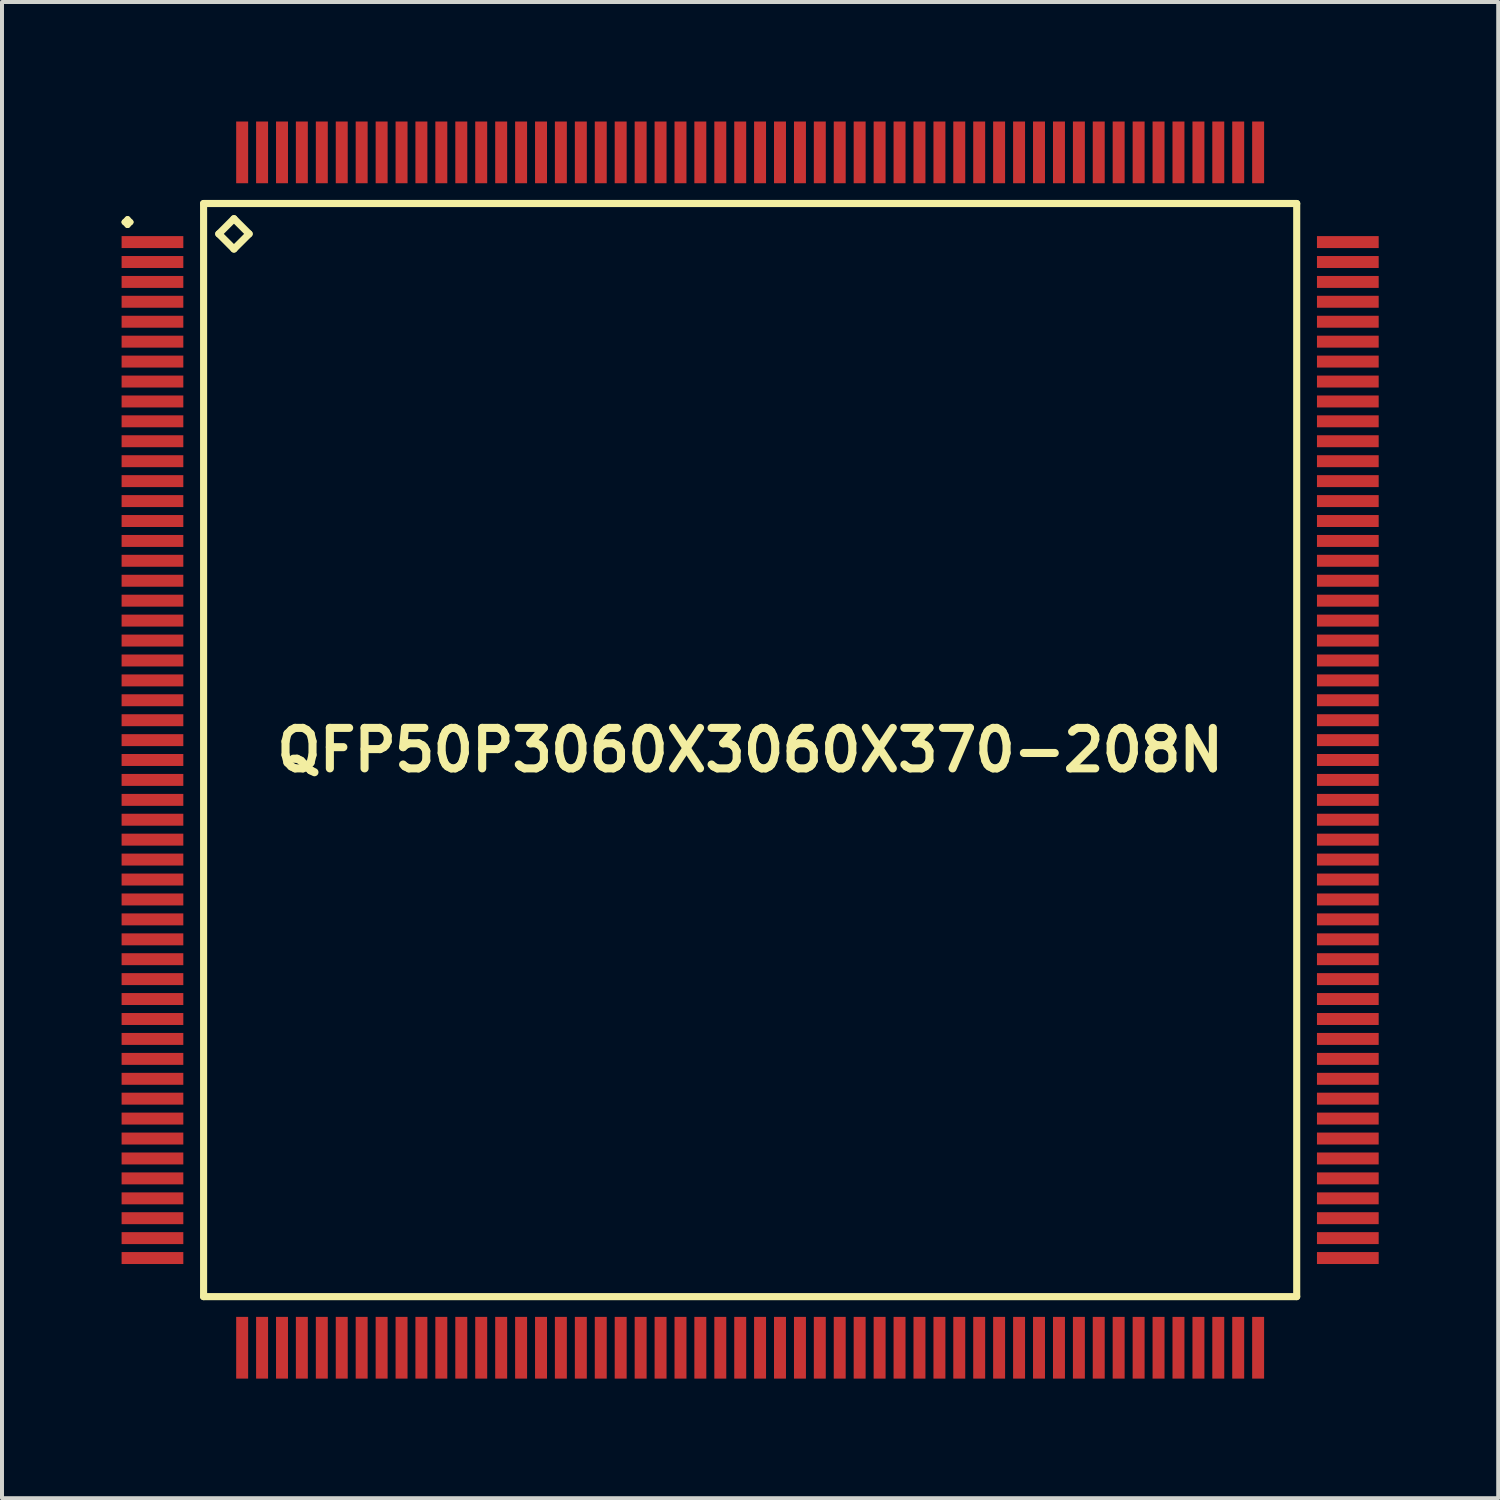
<source format=kicad_pcb>
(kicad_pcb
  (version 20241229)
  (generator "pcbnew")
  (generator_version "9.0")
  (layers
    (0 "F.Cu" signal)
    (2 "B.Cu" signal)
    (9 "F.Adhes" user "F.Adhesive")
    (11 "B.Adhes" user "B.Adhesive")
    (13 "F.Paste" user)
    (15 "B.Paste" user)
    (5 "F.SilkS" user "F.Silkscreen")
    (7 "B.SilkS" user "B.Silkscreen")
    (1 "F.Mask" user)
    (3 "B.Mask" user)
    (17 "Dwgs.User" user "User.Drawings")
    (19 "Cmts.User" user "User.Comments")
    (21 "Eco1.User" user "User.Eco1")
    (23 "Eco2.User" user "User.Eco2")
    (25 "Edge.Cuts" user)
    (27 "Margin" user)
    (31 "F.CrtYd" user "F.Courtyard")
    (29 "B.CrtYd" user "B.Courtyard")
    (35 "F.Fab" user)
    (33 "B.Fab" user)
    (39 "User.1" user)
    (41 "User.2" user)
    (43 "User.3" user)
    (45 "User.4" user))
  (footprint "QFP50P3060X3060X370-208N"
    (layer "F.Cu")
    (at 15.775 15.773)
    (property "Reference" "QFP50P3060X3060X370-208N" (at 0 0 0) (layer "F.SilkS") (effects (font (size 1.016 1.016) (thickness 0.203))))
    (attr smd)
    (fp_line (start -15.7 -13.249) (end -15.624 -13.325) (stroke (width 0.15) (type solid)) (layer "F.SilkS"))
    (fp_line (start -15.624 -13.325) (end -15.55 -13.249) (stroke (width 0.15) (type solid)) (layer "F.SilkS"))
    (fp_line (start -15.624 -13.175) (end -15.7 -13.249) (stroke (width 0.15) (type solid)) (layer "F.SilkS"))
    (fp_line (start -15.55 -13.249) (end -15.624 -13.175) (stroke (width 0.15) (type solid)) (layer "F.SilkS"))
    (fp_line (start -13.716 -13.716) (end -13.716 13.716) (stroke (width 0.178) (type solid)) (layer "F.SilkS"))
    (fp_line (start -13.716 13.716) (end 13.716 13.716) (stroke (width 0.178) (type solid)) (layer "F.SilkS"))
    (fp_line (start -13.335 -12.954) (end -12.954 -13.335) (stroke (width 0.178) (type solid)) (layer "F.SilkS"))
    (fp_line (start -12.954 -13.335) (end -12.573 -12.954) (stroke (width 0.178) (type solid)) (layer "F.SilkS"))
    (fp_line (start -12.954 -12.573) (end -13.335 -12.954) (stroke (width 0.178) (type solid)) (layer "F.SilkS"))
    (fp_line (start -12.573 -12.954) (end -12.954 -12.573) (stroke (width 0.178) (type solid)) (layer "F.SilkS"))
    (fp_line (start 13.716 -13.716) (end -13.716 -13.716) (stroke (width 0.178) (type solid)) (layer "F.SilkS"))
    (fp_line (start 13.716 13.716) (end 13.716 -13.716) (stroke (width 0.178) (type solid)) (layer "F.SilkS"))
    (pad "1" smd rect (at -14.999 -12.748) (size 1.549 0.3) (layers "F.Cu" "F.Mask" "F.Paste"))
    (pad "2" smd rect (at -14.999 -12.248) (size 1.549 0.3) (layers "F.Cu" "F.Mask" "F.Paste"))
    (pad "3" smd rect (at -14.999 -11.748) (size 1.549 0.3) (layers "F.Cu" "F.Mask" "F.Paste"))
    (pad "4" smd rect (at -14.999 -11.25) (size 1.549 0.3) (layers "F.Cu" "F.Mask" "F.Paste"))
    (pad "5" smd rect (at -14.999 -10.749) (size 1.549 0.3) (layers "F.Cu" "F.Mask" "F.Paste"))
    (pad "6" smd rect (at -14.999 -10.249) (size 1.549 0.3) (layers "F.Cu" "F.Mask" "F.Paste"))
    (pad "7" smd rect (at -14.999 -9.749) (size 1.549 0.3) (layers "F.Cu" "F.Mask" "F.Paste"))
    (pad "8" smd rect (at -14.999 -9.248) (size 1.549 0.3) (layers "F.Cu" "F.Mask" "F.Paste"))
    (pad "9" smd rect (at -14.999 -8.748) (size 1.549 0.3) (layers "F.Cu" "F.Mask" "F.Paste"))
    (pad "10" smd rect (at -14.999 -8.25) (size 1.549 0.3) (layers "F.Cu" "F.Mask" "F.Paste"))
    (pad "11" smd rect (at -14.999 -7.75) (size 1.549 0.3) (layers "F.Cu" "F.Mask" "F.Paste"))
    (pad "12" smd rect (at -14.999 -7.249) (size 1.549 0.3) (layers "F.Cu" "F.Mask" "F.Paste"))
    (pad "13" smd rect (at -14.999 -6.749) (size 1.549 0.3) (layers "F.Cu" "F.Mask" "F.Paste"))
    (pad "14" smd rect (at -14.999 -6.248) (size 1.549 0.3) (layers "F.Cu" "F.Mask" "F.Paste"))
    (pad "15" smd rect (at -14.999 -5.748) (size 1.549 0.3) (layers "F.Cu" "F.Mask" "F.Paste"))
    (pad "16" smd rect (at -14.999 -5.248) (size 1.549 0.3) (layers "F.Cu" "F.Mask" "F.Paste"))
    (pad "17" smd rect (at -14.999 -4.75) (size 1.549 0.3) (layers "F.Cu" "F.Mask" "F.Paste"))
    (pad "18" smd rect (at -14.999 -4.249) (size 1.549 0.3) (layers "F.Cu" "F.Mask" "F.Paste"))
    (pad "19" smd rect (at -14.999 -3.749) (size 1.549 0.3) (layers "F.Cu" "F.Mask" "F.Paste"))
    (pad "20" smd rect (at -14.999 -3.249) (size 1.549 0.3) (layers "F.Cu" "F.Mask" "F.Paste"))
    (pad "21" smd rect (at -14.999 -2.748) (size 1.549 0.3) (layers "F.Cu" "F.Mask" "F.Paste"))
    (pad "22" smd rect (at -14.999 -2.248) (size 1.549 0.3) (layers "F.Cu" "F.Mask" "F.Paste"))
    (pad "23" smd rect (at -14.999 -1.748) (size 1.549 0.3) (layers "F.Cu" "F.Mask" "F.Paste"))
    (pad "24" smd rect (at -14.999 -1.25) (size 1.549 0.3) (layers "F.Cu" "F.Mask" "F.Paste"))
    (pad "25" smd rect (at -14.999 -0.749) (size 1.549 0.3) (layers "F.Cu" "F.Mask" "F.Paste"))
    (pad "26" smd rect (at -14.999 -0.249) (size 1.549 0.3) (layers "F.Cu" "F.Mask" "F.Paste"))
    (pad "27" smd rect (at -14.999 0.249) (size 1.549 0.3) (layers "F.Cu" "F.Mask" "F.Paste"))
    (pad "28" smd rect (at -14.999 0.749) (size 1.549 0.3) (layers "F.Cu" "F.Mask" "F.Paste"))
    (pad "29" smd rect (at -14.999 1.25) (size 1.549 0.3) (layers "F.Cu" "F.Mask" "F.Paste"))
    (pad "30" smd rect (at -14.999 1.748) (size 1.549 0.3) (layers "F.Cu" "F.Mask" "F.Paste"))
    (pad "31" smd rect (at -14.999 2.248) (size 1.549 0.3) (layers "F.Cu" "F.Mask" "F.Paste"))
    (pad "32" smd rect (at -14.999 2.748) (size 1.549 0.3) (layers "F.Cu" "F.Mask" "F.Paste"))
    (pad "33" smd rect (at -14.999 3.249) (size 1.549 0.3) (layers "F.Cu" "F.Mask" "F.Paste"))
    (pad "34" smd rect (at -14.999 3.749) (size 1.549 0.3) (layers "F.Cu" "F.Mask" "F.Paste"))
    (pad "35" smd rect (at -14.999 4.249) (size 1.549 0.3) (layers "F.Cu" "F.Mask" "F.Paste"))
    (pad "36" smd rect (at -14.999 4.75) (size 1.549 0.3) (layers "F.Cu" "F.Mask" "F.Paste"))
    (pad "37" smd rect (at -14.999 5.248) (size 1.549 0.3) (layers "F.Cu" "F.Mask" "F.Paste"))
    (pad "38" smd rect (at -14.999 5.748) (size 1.549 0.3) (layers "F.Cu" "F.Mask" "F.Paste"))
    (pad "39" smd rect (at -14.999 6.248) (size 1.549 0.3) (layers "F.Cu" "F.Mask" "F.Paste"))
    (pad "40" smd rect (at -14.999 6.749) (size 1.549 0.3) (layers "F.Cu" "F.Mask" "F.Paste"))
    (pad "41" smd rect (at -14.999 7.249) (size 1.549 0.3) (layers "F.Cu" "F.Mask" "F.Paste"))
    (pad "42" smd rect (at -14.999 7.75) (size 1.549 0.3) (layers "F.Cu" "F.Mask" "F.Paste"))
    (pad "43" smd rect (at -14.999 8.25) (size 1.549 0.3) (layers "F.Cu" "F.Mask" "F.Paste"))
    (pad "44" smd rect (at -14.999 8.748) (size 1.549 0.3) (layers "F.Cu" "F.Mask" "F.Paste"))
    (pad "45" smd rect (at -14.999 9.248) (size 1.549 0.3) (layers "F.Cu" "F.Mask" "F.Paste"))
    (pad "46" smd rect (at -14.999 9.749) (size 1.549 0.3) (layers "F.Cu" "F.Mask" "F.Paste"))
    (pad "47" smd rect (at -14.999 10.249) (size 1.549 0.3) (layers "F.Cu" "F.Mask" "F.Paste"))
    (pad "48" smd rect (at -14.999 10.749) (size 1.549 0.3) (layers "F.Cu" "F.Mask" "F.Paste"))
    (pad "49" smd rect (at -14.999 11.25) (size 1.549 0.3) (layers "F.Cu" "F.Mask" "F.Paste"))
    (pad "50" smd rect (at -14.999 11.748) (size 1.549 0.3) (layers "F.Cu" "F.Mask" "F.Paste"))
    (pad "51" smd rect (at -14.999 12.248) (size 1.549 0.3) (layers "F.Cu" "F.Mask" "F.Paste"))
    (pad "52" smd rect (at -14.999 12.748) (size 1.549 0.3) (layers "F.Cu" "F.Mask" "F.Paste"))
    (pad "53" smd rect (at -12.748 14.999) (size 0.3 1.549) (layers "F.Cu" "F.Mask" "F.Paste"))
    (pad "54" smd rect (at -12.248 14.999) (size 0.3 1.549) (layers "F.Cu" "F.Mask" "F.Paste"))
    (pad "55" smd rect (at -11.748 14.999) (size 0.3 1.549) (layers "F.Cu" "F.Mask" "F.Paste"))
    (pad "56" smd rect (at -11.25 14.999) (size 0.3 1.549) (layers "F.Cu" "F.Mask" "F.Paste"))
    (pad "57" smd rect (at -10.749 14.999) (size 0.3 1.549) (layers "F.Cu" "F.Mask" "F.Paste"))
    (pad "58" smd rect (at -10.249 14.999) (size 0.3 1.549) (layers "F.Cu" "F.Mask" "F.Paste"))
    (pad "59" smd rect (at -9.749 14.999) (size 0.3 1.549) (layers "F.Cu" "F.Mask" "F.Paste"))
    (pad "60" smd rect (at -9.248 14.999) (size 0.3 1.549) (layers "F.Cu" "F.Mask" "F.Paste"))
    (pad "61" smd rect (at -8.748 14.999) (size 0.3 1.549) (layers "F.Cu" "F.Mask" "F.Paste"))
    (pad "62" smd rect (at -8.25 14.999) (size 0.3 1.549) (layers "F.Cu" "F.Mask" "F.Paste"))
    (pad "63" smd rect (at -7.75 14.999) (size 0.3 1.549) (layers "F.Cu" "F.Mask" "F.Paste"))
    (pad "64" smd rect (at -7.249 14.999) (size 0.3 1.549) (layers "F.Cu" "F.Mask" "F.Paste"))
    (pad "65" smd rect (at -6.749 14.999) (size 0.3 1.549) (layers "F.Cu" "F.Mask" "F.Paste"))
    (pad "66" smd rect (at -6.248 14.999) (size 0.3 1.549) (layers "F.Cu" "F.Mask" "F.Paste"))
    (pad "67" smd rect (at -5.748 14.999) (size 0.3 1.549) (layers "F.Cu" "F.Mask" "F.Paste"))
    (pad "68" smd rect (at -5.248 14.999) (size 0.3 1.549) (layers "F.Cu" "F.Mask" "F.Paste"))
    (pad "69" smd rect (at -4.75 14.999) (size 0.3 1.549) (layers "F.Cu" "F.Mask" "F.Paste"))
    (pad "70" smd rect (at -4.249 14.999) (size 0.3 1.549) (layers "F.Cu" "F.Mask" "F.Paste"))
    (pad "71" smd rect (at -3.749 14.999) (size 0.3 1.549) (layers "F.Cu" "F.Mask" "F.Paste"))
    (pad "72" smd rect (at -3.249 14.999) (size 0.3 1.549) (layers "F.Cu" "F.Mask" "F.Paste"))
    (pad "73" smd rect (at -2.748 14.999) (size 0.3 1.549) (layers "F.Cu" "F.Mask" "F.Paste"))
    (pad "74" smd rect (at -2.248 14.999) (size 0.3 1.549) (layers "F.Cu" "F.Mask" "F.Paste"))
    (pad "75" smd rect (at -1.748 14.999) (size 0.3 1.549) (layers "F.Cu" "F.Mask" "F.Paste"))
    (pad "76" smd rect (at -1.25 14.999) (size 0.3 1.549) (layers "F.Cu" "F.Mask" "F.Paste"))
    (pad "77" smd rect (at -0.749 14.999) (size 0.3 1.549) (layers "F.Cu" "F.Mask" "F.Paste"))
    (pad "78" smd rect (at -0.249 14.999) (size 0.3 1.549) (layers "F.Cu" "F.Mask" "F.Paste"))
    (pad "79" smd rect (at 0.249 14.999) (size 0.3 1.549) (layers "F.Cu" "F.Mask" "F.Paste"))
    (pad "80" smd rect (at 0.749 14.999) (size 0.3 1.549) (layers "F.Cu" "F.Mask" "F.Paste"))
    (pad "81" smd rect (at 1.25 14.999) (size 0.3 1.549) (layers "F.Cu" "F.Mask" "F.Paste"))
    (pad "82" smd rect (at 1.748 14.999) (size 0.3 1.549) (layers "F.Cu" "F.Mask" "F.Paste"))
    (pad "83" smd rect (at 2.248 14.999) (size 0.3 1.549) (layers "F.Cu" "F.Mask" "F.Paste"))
    (pad "84" smd rect (at 2.748 14.999) (size 0.3 1.549) (layers "F.Cu" "F.Mask" "F.Paste"))
    (pad "85" smd rect (at 3.249 14.999) (size 0.3 1.549) (layers "F.Cu" "F.Mask" "F.Paste"))
    (pad "86" smd rect (at 3.749 14.999) (size 0.3 1.549) (layers "F.Cu" "F.Mask" "F.Paste"))
    (pad "87" smd rect (at 4.249 14.999) (size 0.3 1.549) (layers "F.Cu" "F.Mask" "F.Paste"))
    (pad "88" smd rect (at 4.75 14.999) (size 0.3 1.549) (layers "F.Cu" "F.Mask" "F.Paste"))
    (pad "89" smd rect (at 5.248 14.999) (size 0.3 1.549) (layers "F.Cu" "F.Mask" "F.Paste"))
    (pad "90" smd rect (at 5.748 14.999) (size 0.3 1.549) (layers "F.Cu" "F.Mask" "F.Paste"))
    (pad "91" smd rect (at 6.248 14.999) (size 0.3 1.549) (layers "F.Cu" "F.Mask" "F.Paste"))
    (pad "92" smd rect (at 6.749 14.999) (size 0.3 1.549) (layers "F.Cu" "F.Mask" "F.Paste"))
    (pad "93" smd rect (at 7.249 14.999) (size 0.3 1.549) (layers "F.Cu" "F.Mask" "F.Paste"))
    (pad "94" smd rect (at 7.75 14.999) (size 0.3 1.549) (layers "F.Cu" "F.Mask" "F.Paste"))
    (pad "95" smd rect (at 8.25 14.999) (size 0.3 1.549) (layers "F.Cu" "F.Mask" "F.Paste"))
    (pad "96" smd rect (at 8.748 14.999) (size 0.3 1.549) (layers "F.Cu" "F.Mask" "F.Paste"))
    (pad "97" smd rect (at 9.248 14.999) (size 0.3 1.549) (layers "F.Cu" "F.Mask" "F.Paste"))
    (pad "98" smd rect (at 9.749 14.999) (size 0.3 1.549) (layers "F.Cu" "F.Mask" "F.Paste"))
    (pad "99" smd rect (at 10.249 14.999) (size 0.3 1.549) (layers "F.Cu" "F.Mask" "F.Paste"))
    (pad "100" smd rect (at 10.749 14.999) (size 0.3 1.549) (layers "F.Cu" "F.Mask" "F.Paste"))
    (pad "101" smd rect (at 11.25 14.999) (size 0.3 1.549) (layers "F.Cu" "F.Mask" "F.Paste"))
    (pad "102" smd rect (at 11.748 14.999) (size 0.3 1.549) (layers "F.Cu" "F.Mask" "F.Paste"))
    (pad "103" smd rect (at 12.248 14.999) (size 0.3 1.549) (layers "F.Cu" "F.Mask" "F.Paste"))
    (pad "104" smd rect (at 12.748 14.999) (size 0.3 1.549) (layers "F.Cu" "F.Mask" "F.Paste"))
    (pad "105" smd rect (at 14.999 12.748) (size 1.549 0.3) (layers "F.Cu" "F.Mask" "F.Paste"))
    (pad "106" smd rect (at 14.999 12.248) (size 1.549 0.3) (layers "F.Cu" "F.Mask" "F.Paste"))
    (pad "107" smd rect (at 14.999 11.748) (size 1.549 0.3) (layers "F.Cu" "F.Mask" "F.Paste"))
    (pad "108" smd rect (at 14.999 11.25) (size 1.549 0.3) (layers "F.Cu" "F.Mask" "F.Paste"))
    (pad "109" smd rect (at 14.999 10.749) (size 1.549 0.3) (layers "F.Cu" "F.Mask" "F.Paste"))
    (pad "110" smd rect (at 14.999 10.249) (size 1.549 0.3) (layers "F.Cu" "F.Mask" "F.Paste"))
    (pad "111" smd rect (at 14.999 9.749) (size 1.549 0.3) (layers "F.Cu" "F.Mask" "F.Paste"))
    (pad "112" smd rect (at 14.999 9.248) (size 1.549 0.3) (layers "F.Cu" "F.Mask" "F.Paste"))
    (pad "113" smd rect (at 14.999 8.748) (size 1.549 0.3) (layers "F.Cu" "F.Mask" "F.Paste"))
    (pad "114" smd rect (at 14.999 8.25) (size 1.549 0.3) (layers "F.Cu" "F.Mask" "F.Paste"))
    (pad "115" smd rect (at 14.999 7.75) (size 1.549 0.3) (layers "F.Cu" "F.Mask" "F.Paste"))
    (pad "116" smd rect (at 14.999 7.249) (size 1.549 0.3) (layers "F.Cu" "F.Mask" "F.Paste"))
    (pad "117" smd rect (at 14.999 6.749) (size 1.549 0.3) (layers "F.Cu" "F.Mask" "F.Paste"))
    (pad "118" smd rect (at 14.999 6.248) (size 1.549 0.3) (layers "F.Cu" "F.Mask" "F.Paste"))
    (pad "119" smd rect (at 14.999 5.748) (size 1.549 0.3) (layers "F.Cu" "F.Mask" "F.Paste"))
    (pad "120" smd rect (at 14.999 5.248) (size 1.549 0.3) (layers "F.Cu" "F.Mask" "F.Paste"))
    (pad "121" smd rect (at 14.999 4.75) (size 1.549 0.3) (layers "F.Cu" "F.Mask" "F.Paste"))
    (pad "122" smd rect (at 14.999 4.249) (size 1.549 0.3) (layers "F.Cu" "F.Mask" "F.Paste"))
    (pad "123" smd rect (at 14.999 3.749) (size 1.549 0.3) (layers "F.Cu" "F.Mask" "F.Paste"))
    (pad "124" smd rect (at 14.999 3.249) (size 1.549 0.3) (layers "F.Cu" "F.Mask" "F.Paste"))
    (pad "125" smd rect (at 14.999 2.748) (size 1.549 0.3) (layers "F.Cu" "F.Mask" "F.Paste"))
    (pad "126" smd rect (at 14.999 2.248) (size 1.549 0.3) (layers "F.Cu" "F.Mask" "F.Paste"))
    (pad "127" smd rect (at 14.999 1.748) (size 1.549 0.3) (layers "F.Cu" "F.Mask" "F.Paste"))
    (pad "128" smd rect (at 14.999 1.25) (size 1.549 0.3) (layers "F.Cu" "F.Mask" "F.Paste"))
    (pad "129" smd rect (at 14.999 0.749) (size 1.549 0.3) (layers "F.Cu" "F.Mask" "F.Paste"))
    (pad "130" smd rect (at 14.999 0.249) (size 1.549 0.3) (layers "F.Cu" "F.Mask" "F.Paste"))
    (pad "131" smd rect (at 14.999 -0.249) (size 1.549 0.3) (layers "F.Cu" "F.Mask" "F.Paste"))
    (pad "132" smd rect (at 14.999 -0.749) (size 1.549 0.3) (layers "F.Cu" "F.Mask" "F.Paste"))
    (pad "133" smd rect (at 14.999 -1.25) (size 1.549 0.3) (layers "F.Cu" "F.Mask" "F.Paste"))
    (pad "134" smd rect (at 14.999 -1.748) (size 1.549 0.3) (layers "F.Cu" "F.Mask" "F.Paste"))
    (pad "135" smd rect (at 14.999 -2.248) (size 1.549 0.3) (layers "F.Cu" "F.Mask" "F.Paste"))
    (pad "136" smd rect (at 14.999 -2.748) (size 1.549 0.3) (layers "F.Cu" "F.Mask" "F.Paste"))
    (pad "137" smd rect (at 14.999 -3.249) (size 1.549 0.3) (layers "F.Cu" "F.Mask" "F.Paste"))
    (pad "138" smd rect (at 14.999 -3.749) (size 1.549 0.3) (layers "F.Cu" "F.Mask" "F.Paste"))
    (pad "139" smd rect (at 14.999 -4.249) (size 1.549 0.3) (layers "F.Cu" "F.Mask" "F.Paste"))
    (pad "140" smd rect (at 14.999 -4.75) (size 1.549 0.3) (layers "F.Cu" "F.Mask" "F.Paste"))
    (pad "141" smd rect (at 14.999 -5.248) (size 1.549 0.3) (layers "F.Cu" "F.Mask" "F.Paste"))
    (pad "142" smd rect (at 14.999 -5.748) (size 1.549 0.3) (layers "F.Cu" "F.Mask" "F.Paste"))
    (pad "143" smd rect (at 14.999 -6.248) (size 1.549 0.3) (layers "F.Cu" "F.Mask" "F.Paste"))
    (pad "144" smd rect (at 14.999 -6.749) (size 1.549 0.3) (layers "F.Cu" "F.Mask" "F.Paste"))
    (pad "145" smd rect (at 14.999 -7.249) (size 1.549 0.3) (layers "F.Cu" "F.Mask" "F.Paste"))
    (pad "146" smd rect (at 14.999 -7.75) (size 1.549 0.3) (layers "F.Cu" "F.Mask" "F.Paste"))
    (pad "147" smd rect (at 14.999 -8.25) (size 1.549 0.3) (layers "F.Cu" "F.Mask" "F.Paste"))
    (pad "148" smd rect (at 14.999 -8.748) (size 1.549 0.3) (layers "F.Cu" "F.Mask" "F.Paste"))
    (pad "149" smd rect (at 14.999 -9.248) (size 1.549 0.3) (layers "F.Cu" "F.Mask" "F.Paste"))
    (pad "150" smd rect (at 14.999 -9.749) (size 1.549 0.3) (layers "F.Cu" "F.Mask" "F.Paste"))
    (pad "151" smd rect (at 14.999 -10.249) (size 1.549 0.3) (layers "F.Cu" "F.Mask" "F.Paste"))
    (pad "152" smd rect (at 14.999 -10.749) (size 1.549 0.3) (layers "F.Cu" "F.Mask" "F.Paste"))
    (pad "153" smd rect (at 14.999 -11.25) (size 1.549 0.3) (layers "F.Cu" "F.Mask" "F.Paste"))
    (pad "154" smd rect (at 14.999 -11.748) (size 1.549 0.3) (layers "F.Cu" "F.Mask" "F.Paste"))
    (pad "155" smd rect (at 14.999 -12.248) (size 1.549 0.3) (layers "F.Cu" "F.Mask" "F.Paste"))
    (pad "156" smd rect (at 14.999 -12.748) (size 1.549 0.3) (layers "F.Cu" "F.Mask" "F.Paste"))
    (pad "157" smd rect (at 12.748 -14.999) (size 0.3 1.549) (layers "F.Cu" "F.Mask" "F.Paste"))
    (pad "158" smd rect (at 12.248 -14.999) (size 0.3 1.549) (layers "F.Cu" "F.Mask" "F.Paste"))
    (pad "159" smd rect (at 11.748 -14.999) (size 0.3 1.549) (layers "F.Cu" "F.Mask" "F.Paste"))
    (pad "160" smd rect (at 11.25 -14.999) (size 0.3 1.549) (layers "F.Cu" "F.Mask" "F.Paste"))
    (pad "161" smd rect (at 10.749 -14.999) (size 0.3 1.549) (layers "F.Cu" "F.Mask" "F.Paste"))
    (pad "162" smd rect (at 10.249 -14.999) (size 0.3 1.549) (layers "F.Cu" "F.Mask" "F.Paste"))
    (pad "163" smd rect (at 9.749 -14.999) (size 0.3 1.549) (layers "F.Cu" "F.Mask" "F.Paste"))
    (pad "164" smd rect (at 9.248 -14.999) (size 0.3 1.549) (layers "F.Cu" "F.Mask" "F.Paste"))
    (pad "165" smd rect (at 8.748 -14.999) (size 0.3 1.549) (layers "F.Cu" "F.Mask" "F.Paste"))
    (pad "166" smd rect (at 8.25 -14.999) (size 0.3 1.549) (layers "F.Cu" "F.Mask" "F.Paste"))
    (pad "167" smd rect (at 7.75 -14.999) (size 0.3 1.549) (layers "F.Cu" "F.Mask" "F.Paste"))
    (pad "168" smd rect (at 7.249 -14.999) (size 0.3 1.549) (layers "F.Cu" "F.Mask" "F.Paste"))
    (pad "169" smd rect (at 6.749 -14.999) (size 0.3 1.549) (layers "F.Cu" "F.Mask" "F.Paste"))
    (pad "170" smd rect (at 6.248 -14.999) (size 0.3 1.549) (layers "F.Cu" "F.Mask" "F.Paste"))
    (pad "171" smd rect (at 5.748 -14.999) (size 0.3 1.549) (layers "F.Cu" "F.Mask" "F.Paste"))
    (pad "172" smd rect (at 5.248 -14.999) (size 0.3 1.549) (layers "F.Cu" "F.Mask" "F.Paste"))
    (pad "173" smd rect (at 4.75 -14.999) (size 0.3 1.549) (layers "F.Cu" "F.Mask" "F.Paste"))
    (pad "174" smd rect (at 4.249 -14.999) (size 0.3 1.549) (layers "F.Cu" "F.Mask" "F.Paste"))
    (pad "175" smd rect (at 3.749 -14.999) (size 0.3 1.549) (layers "F.Cu" "F.Mask" "F.Paste"))
    (pad "176" smd rect (at 3.249 -14.999) (size 0.3 1.549) (layers "F.Cu" "F.Mask" "F.Paste"))
    (pad "177" smd rect (at 2.748 -14.999) (size 0.3 1.549) (layers "F.Cu" "F.Mask" "F.Paste"))
    (pad "178" smd rect (at 2.248 -14.999) (size 0.3 1.549) (layers "F.Cu" "F.Mask" "F.Paste"))
    (pad "179" smd rect (at 1.748 -14.999) (size 0.3 1.549) (layers "F.Cu" "F.Mask" "F.Paste"))
    (pad "180" smd rect (at 1.25 -14.999) (size 0.3 1.549) (layers "F.Cu" "F.Mask" "F.Paste"))
    (pad "181" smd rect (at 0.749 -14.999) (size 0.3 1.549) (layers "F.Cu" "F.Mask" "F.Paste"))
    (pad "182" smd rect (at 0.249 -14.999) (size 0.3 1.549) (layers "F.Cu" "F.Mask" "F.Paste"))
    (pad "183" smd rect (at -0.249 -14.999) (size 0.3 1.549) (layers "F.Cu" "F.Mask" "F.Paste"))
    (pad "184" smd rect (at -0.749 -14.999) (size 0.3 1.549) (layers "F.Cu" "F.Mask" "F.Paste"))
    (pad "185" smd rect (at -1.25 -14.999) (size 0.3 1.549) (layers "F.Cu" "F.Mask" "F.Paste"))
    (pad "186" smd rect (at -1.748 -14.999) (size 0.3 1.549) (layers "F.Cu" "F.Mask" "F.Paste"))
    (pad "187" smd rect (at -2.248 -14.999) (size 0.3 1.549) (layers "F.Cu" "F.Mask" "F.Paste"))
    (pad "188" smd rect (at -2.748 -14.999) (size 0.3 1.549) (layers "F.Cu" "F.Mask" "F.Paste"))
    (pad "189" smd rect (at -3.249 -14.999) (size 0.3 1.549) (layers "F.Cu" "F.Mask" "F.Paste"))
    (pad "190" smd rect (at -3.749 -14.999) (size 0.3 1.549) (layers "F.Cu" "F.Mask" "F.Paste"))
    (pad "191" smd rect (at -4.249 -14.999) (size 0.3 1.549) (layers "F.Cu" "F.Mask" "F.Paste"))
    (pad "192" smd rect (at -4.75 -14.999) (size 0.3 1.549) (layers "F.Cu" "F.Mask" "F.Paste"))
    (pad "193" smd rect (at -5.248 -14.999) (size 0.3 1.549) (layers "F.Cu" "F.Mask" "F.Paste"))
    (pad "194" smd rect (at -5.748 -14.999) (size 0.3 1.549) (layers "F.Cu" "F.Mask" "F.Paste"))
    (pad "195" smd rect (at -6.248 -14.999) (size 0.3 1.549) (layers "F.Cu" "F.Mask" "F.Paste"))
    (pad "196" smd rect (at -6.749 -14.999) (size 0.3 1.549) (layers "F.Cu" "F.Mask" "F.Paste"))
    (pad "197" smd rect (at -7.249 -14.999) (size 0.3 1.549) (layers "F.Cu" "F.Mask" "F.Paste"))
    (pad "198" smd rect (at -7.75 -14.999) (size 0.3 1.549) (layers "F.Cu" "F.Mask" "F.Paste"))
    (pad "199" smd rect (at -8.25 -14.999) (size 0.3 1.549) (layers "F.Cu" "F.Mask" "F.Paste"))
    (pad "200" smd rect (at -8.748 -14.999) (size 0.3 1.549) (layers "F.Cu" "F.Mask" "F.Paste"))
    (pad "201" smd rect (at -9.248 -14.999) (size 0.3 1.549) (layers "F.Cu" "F.Mask" "F.Paste"))
    (pad "202" smd rect (at -9.749 -14.999) (size 0.3 1.549) (layers "F.Cu" "F.Mask" "F.Paste"))
    (pad "203" smd rect (at -10.249 -14.999) (size 0.3 1.549) (layers "F.Cu" "F.Mask" "F.Paste"))
    (pad "204" smd rect (at -10.749 -14.999) (size 0.3 1.549) (layers "F.Cu" "F.Mask" "F.Paste"))
    (pad "205" smd rect (at -11.25 -14.999) (size 0.3 1.549) (layers "F.Cu" "F.Mask" "F.Paste"))
    (pad "206" smd rect (at -11.748 -14.999) (size 0.3 1.549) (layers "F.Cu" "F.Mask" "F.Paste"))
    (pad "207" smd rect (at -12.248 -14.999) (size 0.3 1.549) (layers "F.Cu" "F.Mask" "F.Paste"))
    (pad "208" smd rect (at -12.748 -14.999) (size 0.3 1.549) (layers "F.Cu" "F.Mask" "F.Paste")))
  (gr_rect
    (start -3 -3)
    (end 34.548 34.547)
    (stroke (width 0.1) (type default))
    (fill no)
    (layer "Edge.Cuts")))
</source>
